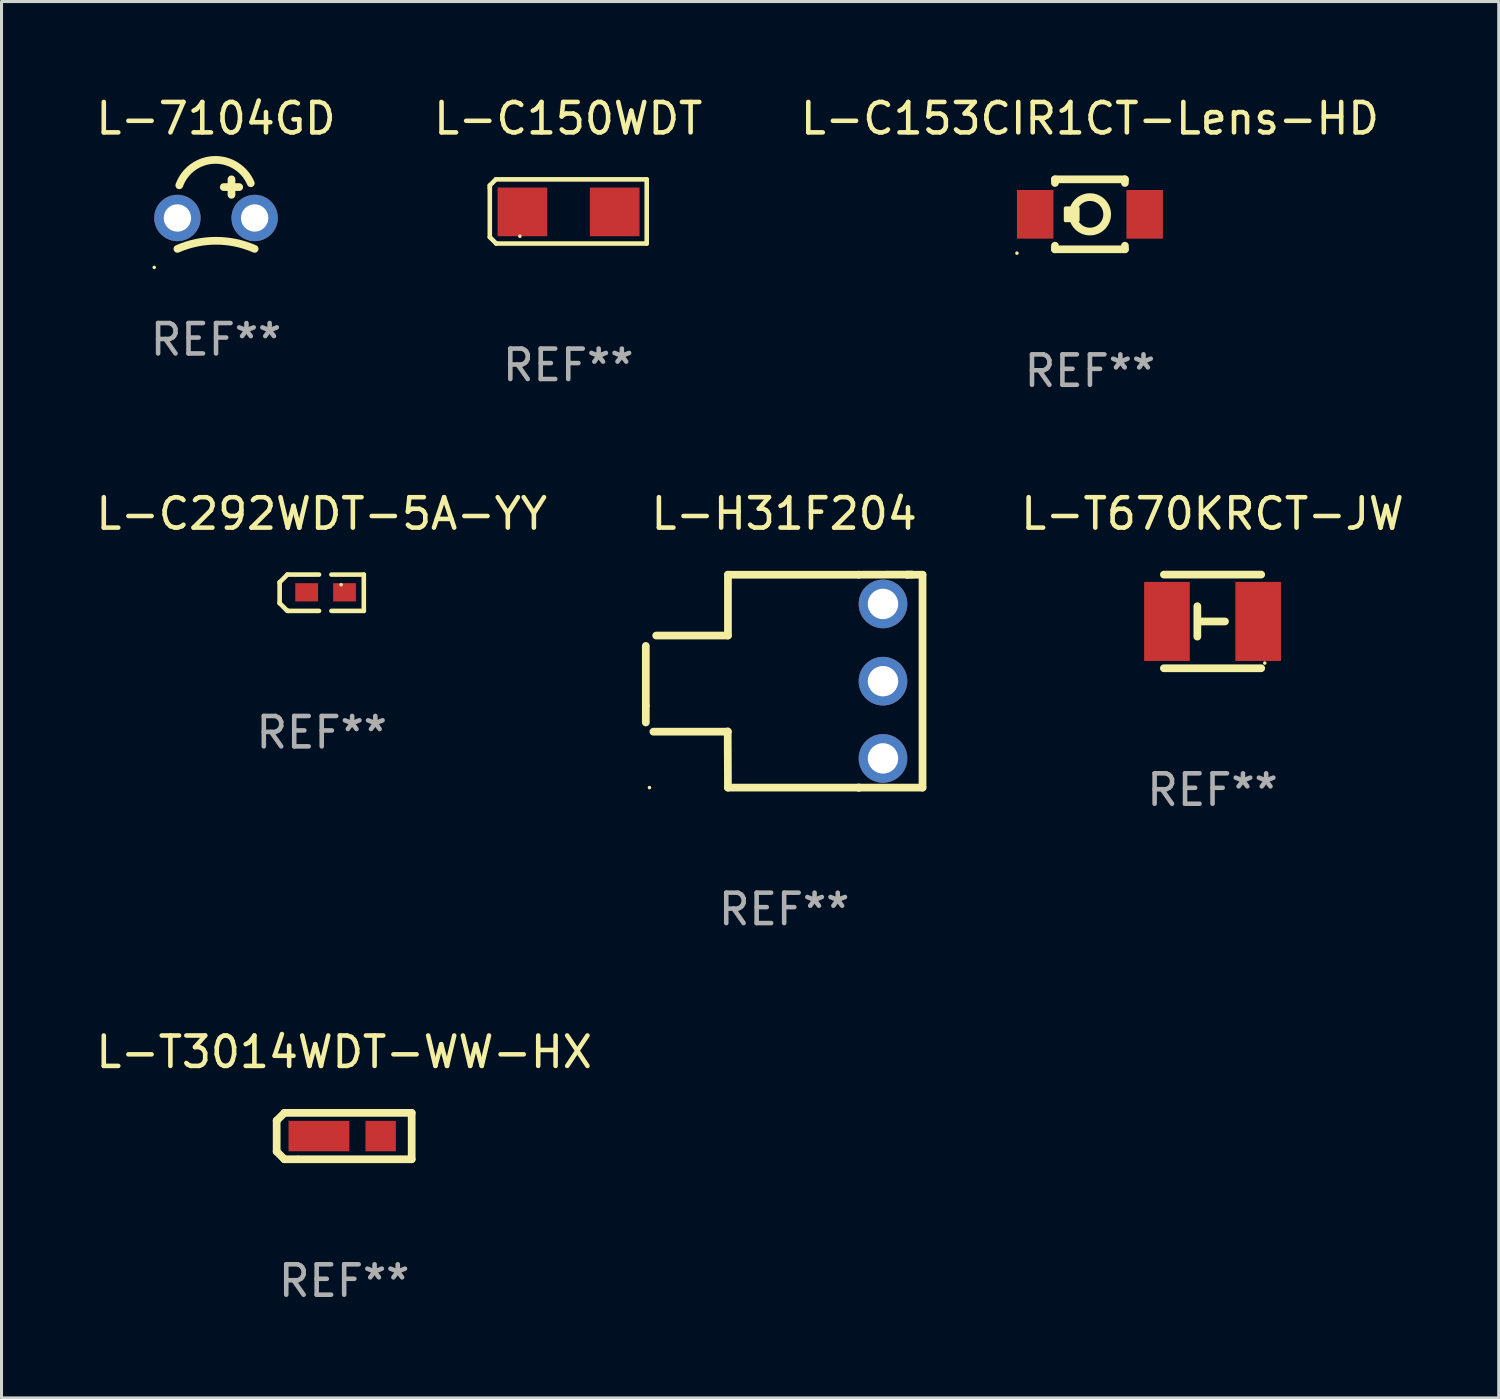
<source format=kicad_pcb>
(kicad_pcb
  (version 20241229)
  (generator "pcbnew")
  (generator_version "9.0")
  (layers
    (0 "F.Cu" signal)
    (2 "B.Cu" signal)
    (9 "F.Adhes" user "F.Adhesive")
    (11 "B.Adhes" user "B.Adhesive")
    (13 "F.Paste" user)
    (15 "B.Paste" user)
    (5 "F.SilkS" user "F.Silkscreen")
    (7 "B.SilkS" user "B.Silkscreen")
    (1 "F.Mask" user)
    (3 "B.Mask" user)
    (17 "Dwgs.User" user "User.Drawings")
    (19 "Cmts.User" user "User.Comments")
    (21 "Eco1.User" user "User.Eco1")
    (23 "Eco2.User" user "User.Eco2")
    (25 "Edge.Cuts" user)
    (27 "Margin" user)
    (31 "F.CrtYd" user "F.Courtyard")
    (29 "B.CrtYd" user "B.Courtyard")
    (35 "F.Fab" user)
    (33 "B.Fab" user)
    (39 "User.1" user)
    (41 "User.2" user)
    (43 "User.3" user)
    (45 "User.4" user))
  (footprint "L-T670KRCT-JW"
    (layer "F.Cu")
    (at 36.824 17.385)
    (property "Reference" "L-T670KRCT-JW" (at 0 -3.54 0) (layer "F.SilkS") (effects (font (size 1 1) (thickness 0.15))))
    (attr through_hole)
    (fp_line (start -0.5 -0.5) (end -0.5 0.5) (stroke (width 0.254) (type solid)) (layer "F.SilkS"))
    (fp_line (start 0.41 0.001) (end -0.43 0.001) (stroke (width 0.254) (type solid)) (layer "F.SilkS"))
    (fp_line (start 1.6 -1.54) (end -1.6 -1.54) (stroke (width 0.254) (type solid)) (layer "F.SilkS"))
    (fp_line (start 1.6 1.54) (end -1.6 1.54) (stroke (width 0.254) (type solid)) (layer "F.SilkS"))
    (fp_circle (center 1.718 1.37) (end 1.748 1.37) (stroke (width 0.06) (type solid)) (fill no) (layer "F.SilkS"))
    (fp_text user "REF**" (at 0 5.54 0) (layer "F.Fab") (effects (font (size 1 1) (thickness 0.15))))
    (pad "1" smd rect (at 1.5 0 180) (size 1.5 2.6) (layers "F.Cu" "F.Mask" "F.Paste"))
    (pad "2" smd rect (at -1.5 0 180) (size 1.5 2.6) (layers "F.Cu" "F.Mask" "F.Paste")))
  (footprint "L-C292WDT-5A-YY"
    (layer "F.Cu")
    (at 7.53 16.442)
    (property "Reference" "L-C292WDT-5A-YY" (at 0 -2.597 0) (layer "F.SilkS") (effects (font (size 1 1) (thickness 0.15))))
    (attr through_hole)
    (fp_line (start -1.384 -0.343) (end -1.13 -0.597) (stroke (width 0.152) (type solid)) (layer "F.SilkS"))
    (fp_line (start -1.384 0.343) (end -1.384 -0.343) (stroke (width 0.152) (type solid)) (layer "F.SilkS"))
    (fp_line (start -1.143 0.584) (end -1.384 0.343) (stroke (width 0.152) (type solid)) (layer "F.SilkS"))
    (fp_line (start -1.13 -0.597) (end -0.089 -0.597) (stroke (width 0.152) (type solid)) (layer "F.SilkS"))
    (fp_line (start -1.105 0.597) (end -1.143 0.584) (stroke (width 0.152) (type solid)) (layer "F.SilkS"))
    (fp_line (start -1.105 0.597) (end -0.089 0.597) (stroke (width 0.152) (type solid)) (layer "F.SilkS"))
    (fp_line (start 0.318 0.597) (end 1.384 0.597) (stroke (width 0.15) (type solid)) (layer "F.SilkS"))
    (fp_line (start 1.384 -0.597) (end 0.318 -0.597) (stroke (width 0.15) (type solid)) (layer "F.SilkS"))
    (fp_line (start 1.384 0.597) (end 1.384 -0.597) (stroke (width 0.15) (type solid)) (layer "F.SilkS"))
    (fp_circle (center 0.637 -0.264) (end 0.667 -0.264) (stroke (width 0.06) (type solid)) (fill no) (layer "F.SilkS"))
    (fp_text user "REF**" (at 0 4.597 0) (layer "F.Fab") (effects (font (size 1 1) (thickness 0.15))))
    (pad "1" smd rect (at 0.75 -0.014) (size 0.75 0.6) (layers "F.Cu" "F.Mask" "F.Paste"))
    (pad "2" smd rect (at -0.496 -0.014) (size 0.75 0.6) (layers "F.Cu" "F.Mask" "F.Paste")))
  (footprint "L-7104GD"
    (layer "F.Cu")
    (at 4.054 3.483)
    (property "Reference" "L-7104GD" (at 0 -2.635 0) (layer "F.SilkS") (effects (font (size 1 1) (thickness 0.15))))
    (attr through_hole)
    (fp_line (start 0.254 -0.381) (end 0.762 -0.381) (stroke (width 0.254) (type solid)) (layer "F.SilkS"))
    (fp_line (start 0.508 -0.635) (end 0.508 -0.127) (stroke (width 0.254) (type solid)) (layer "F.SilkS"))
    (fp_arc (start -1.270003 1.651003) (mid 0 1.384802) (end 1.270002 1.651003) (stroke (width 0.254001) (type solid)) (layer "F.SilkS"))
    (fp_arc (start -1.208153 -0.438913) (mid -0.056118 -1.274652) (end 1.143002 -0.508001) (stroke (width 0.254001) (type solid)) (layer "F.SilkS"))
    (fp_circle (center -2.032 2.261) (end -2.002 2.261) (stroke (width 0.06) (type solid)) (fill no) (layer "F.SilkS"))
    (fp_text user "REF**" (at 0 4.635 0) (layer "F.Fab") (effects (font (size 1 1) (thickness 0.15))))
    (pad "1" thru_hole circle (at -1.27 0.635) (size 1.524 1.524) (drill 0.9) (layers "*.Cu" "*.Mask"))
    (pad "2" thru_hole circle (at 1.27 0.635) (size 1.524 1.524) (drill 0.9) (layers "*.Cu" "*.Mask")))
  (footprint "L-C150WDT"
    (layer "F.Cu")
    (at 15.637 3.903)
    (property "Reference" "L-C150WDT" (at 0 -3.055 0) (layer "F.SilkS") (effects (font (size 1 1) (thickness 0.15))))
    (attr through_hole)
    (fp_line (start -2.58 -0.855) (end -2.38 -1.055) (stroke (width 0.15) (type solid)) (layer "F.SilkS"))
    (fp_line (start -2.58 -0.775) (end -2.58 -0.855) (stroke (width 0.15) (type solid)) (layer "F.SilkS"))
    (fp_line (start -2.58 -0.775) (end -2.58 0.845) (stroke (width 0.15) (type solid)) (layer "F.SilkS"))
    (fp_line (start -2.58 0.845) (end -2.37 1.055) (stroke (width 0.15) (type solid)) (layer "F.SilkS"))
    (fp_line (start -2.38 -1.055) (end 2.58 -1.055) (stroke (width 0.15) (type solid)) (layer "F.SilkS"))
    (fp_line (start 2.58 -1.055) (end 2.58 1.055) (stroke (width 0.15) (type solid)) (layer "F.SilkS"))
    (fp_line (start 2.58 1.055) (end -2.37 1.055) (stroke (width 0.15) (type solid)) (layer "F.SilkS"))
    (fp_circle (center -1.59 0.815) (end -1.56 0.815) (stroke (width 0.06) (type solid)) (fill no) (layer "F.SilkS"))
    (fp_text user "REF**" (at 0 5.055 0) (layer "F.Fab") (effects (font (size 1 1) (thickness 0.15))))
    (pad "1" smd rect (at -1.507 0.015) (size 1.635 1.6) (layers "F.Cu" "F.Mask" "F.Paste"))
    (pad "2" smd rect (at 1.527 0.015) (size 1.635 1.6) (layers "F.Cu" "F.Mask" "F.Paste")))
  (footprint "L-C153CIR1CT-Lens-HD"
    (layer "F.Cu")
    (at 32.792 3.998)
    (property "Reference" "L-C153CIR1CT-Lens-HD" (at 0 -3.15 0) (layer "F.SilkS") (effects (font (size 1 1) (thickness 0.15))))
    (attr through_hole)
    (fp_line (start -1.15 -1.15) (end -1.15 -1.031) (stroke (width 0.254) (type solid)) (layer "F.SilkS"))
    (fp_line (start -1.15 1.031) (end -1.15 1.15) (stroke (width 0.254) (type solid)) (layer "F.SilkS"))
    (fp_line (start -1.15 1.15) (end 1.15 1.15) (stroke (width 0.254) (type solid)) (layer "F.SilkS"))
    (fp_line (start 1.15 -1.15) (end -1.15 -1.15) (stroke (width 0.254) (type solid)) (layer "F.SilkS"))
    (fp_line (start 1.15 -1.15) (end 1.15 -1.031) (stroke (width 0.254) (type solid)) (layer "F.SilkS"))
    (fp_line (start 1.15 1.031) (end 1.15 1.15) (stroke (width 0.254) (type solid)) (layer "F.SilkS"))
    (fp_circle (center -2.4 1.277) (end -2.37 1.277) (stroke (width 0.06) (type solid)) (fill no) (layer "F.SilkS"))
    (fp_circle (center 0 0) (end 0.566 0) (stroke (width 0.254) (type solid)) (fill no) (layer "F.SilkS"))
    (fp_poly (pts (xy -0.8 -0.2) (xy -0.4 -0.2) (xy -0.4 0.2) (xy -0.8 0.2)) (stroke (width 0.12) (type solid)) (fill yes) (layer "F.SilkS"))
    (fp_text user "REF**" (at 0 5.15 0) (layer "F.Fab") (effects (font (size 1 1) (thickness 0.15))))
    (pad "1" smd rect (at -1.8 0 180) (size 1.2 1.6) (layers "F.Cu" "F.Mask" "F.Paste"))
    (pad "2" smd rect (at 1.8 0) (size 1.2 1.6) (layers "F.Cu" "F.Mask" "F.Paste")))
  (footprint "L-H31F204"
    (layer "F.Cu")
    (at 22.737 19.347)
    (property "Reference" "L-H31F204" (at 0 -5.503 0) (layer "F.SilkS") (effects (font (size 1 1) (thickness 0.15))))
    (attr through_hole)
    (fp_line (start -4.55 -1.156) (end -4.55 0.803) (stroke (width 0.254) (type solid)) (layer "F.SilkS"))
    (fp_line (start -4.55 0.803) (end -4.55 1.361) (stroke (width 0.254) (type solid)) (layer "F.SilkS"))
    (fp_line (start -4.301 1.664) (end -1.85 1.664) (stroke (width 0.254) (type solid)) (layer "F.SilkS"))
    (fp_line (start -1.85 -1.497) (end -4.209 -1.497) (stroke (width 0.254) (type solid)) (layer "F.SilkS"))
    (fp_line (start -1.849 -3.498) (end 2.459 -3.498) (stroke (width 0.254) (type solid)) (layer "F.SilkS"))
    (fp_line (start -1.849 -1.499) (end -1.849 -3.498) (stroke (width 0.254) (type solid)) (layer "F.SilkS"))
    (fp_line (start -1.849 3.503) (end -1.857 1.654) (stroke (width 0.254) (type solid)) (layer "F.SilkS"))
    (fp_line (start 2.45 3.503) (end 2.459 3.503) (stroke (width 0.254) (type solid)) (layer "F.SilkS"))
    (fp_line (start 2.459 -3.498) (end 4.206 -3.503) (stroke (width 0.254) (type solid)) (layer "F.SilkS"))
    (fp_line (start 2.459 3.503) (end -1.849 3.503) (stroke (width 0.254) (type solid)) (layer "F.SilkS"))
    (fp_line (start 4.041 -3.498) (end 4.55 -3.497) (stroke (width 0.254) (type solid)) (layer "F.SilkS"))
    (fp_line (start 4.05 -3.497) (end 4.041 -3.498) (stroke (width 0.254) (type solid)) (layer "F.SilkS"))
    (fp_line (start 4.55 -3.497) (end 4.55 3.503) (stroke (width 0.254) (type solid)) (layer "F.SilkS"))
    (fp_line (start 4.55 3.503) (end 2.45 3.503) (stroke (width 0.254) (type solid)) (layer "F.SilkS"))
    (fp_circle (center -4.43 3.503) (end -4.4 3.503) (stroke (width 0.06) (type solid)) (fill no) (layer "F.SilkS"))
    (fp_text user "REF**" (at 0 7.503 0) (layer "F.Fab") (effects (font (size 1 1) (thickness 0.15))))
    (pad "1" thru_hole circle (at 3.25 2.543) (size 1.6 1.6) (drill 1) (layers "*.Cu" "*.Mask"))
    (pad "2" thru_hole circle (at 3.25 0.003) (size 1.6 1.6) (drill 1) (layers "*.Cu" "*.Mask"))
    (pad "3" thru_hole circle (at 3.25 -2.537) (size 1.6 1.6) (drill 1) (layers "*.Cu" "*.Mask")))
  (footprint "L-T3014WDT-WW-HX"
    (layer "F.Cu")
    (at 8.268 34.309)
    (property "Reference" "L-T3014WDT-WW-HX" (at 0 -2.762 0) (layer "F.SilkS") (effects (font (size 1 1) (thickness 0.15))))
    (attr through_hole)
    (fp_line (start -2.22 -0.508) (end -1.966 -0.762) (stroke (width 0.254) (type solid)) (layer "F.SilkS"))
    (fp_line (start -2.22 -0.508) (end -2.22 0.508) (stroke (width 0.254) (type solid)) (layer "F.SilkS"))
    (fp_line (start -2.22 0.508) (end -1.966 0.762) (stroke (width 0.254) (type solid)) (layer "F.SilkS"))
    (fp_line (start -1.966 0.762) (end 2.22 0.762) (stroke (width 0.254) (type solid)) (layer "F.SilkS"))
    (fp_line (start 2.22 -0.762) (end -1.966 -0.762) (stroke (width 0.254) (type solid)) (layer "F.SilkS"))
    (fp_line (start 2.22 0.762) (end 2.22 -0.762) (stroke (width 0.254) (type solid)) (layer "F.SilkS"))
    (fp_circle (center -1.51 0.7) (end -1.48 0.7) (stroke (width 0.06) (type solid)) (fill no) (layer "F.SilkS"))
    (fp_text user "REF**" (at 0 4.762 0) (layer "F.Fab") (effects (font (size 1 1) (thickness 0.15))))
    (pad "1" smd rect (at -0.83 0 180) (size 2 1) (layers "F.Cu" "F.Mask" "F.Paste"))
    (pad "2" smd rect (at 1.2 0 180) (size 1 1) (layers "F.Cu" "F.Mask" "F.Paste")))
  (gr_rect
    (start -3 -3)
    (end 46.235 42.919)
    (stroke (width 0.1) (type default))
    (fill no)
    (layer "Edge.Cuts")))
</source>
